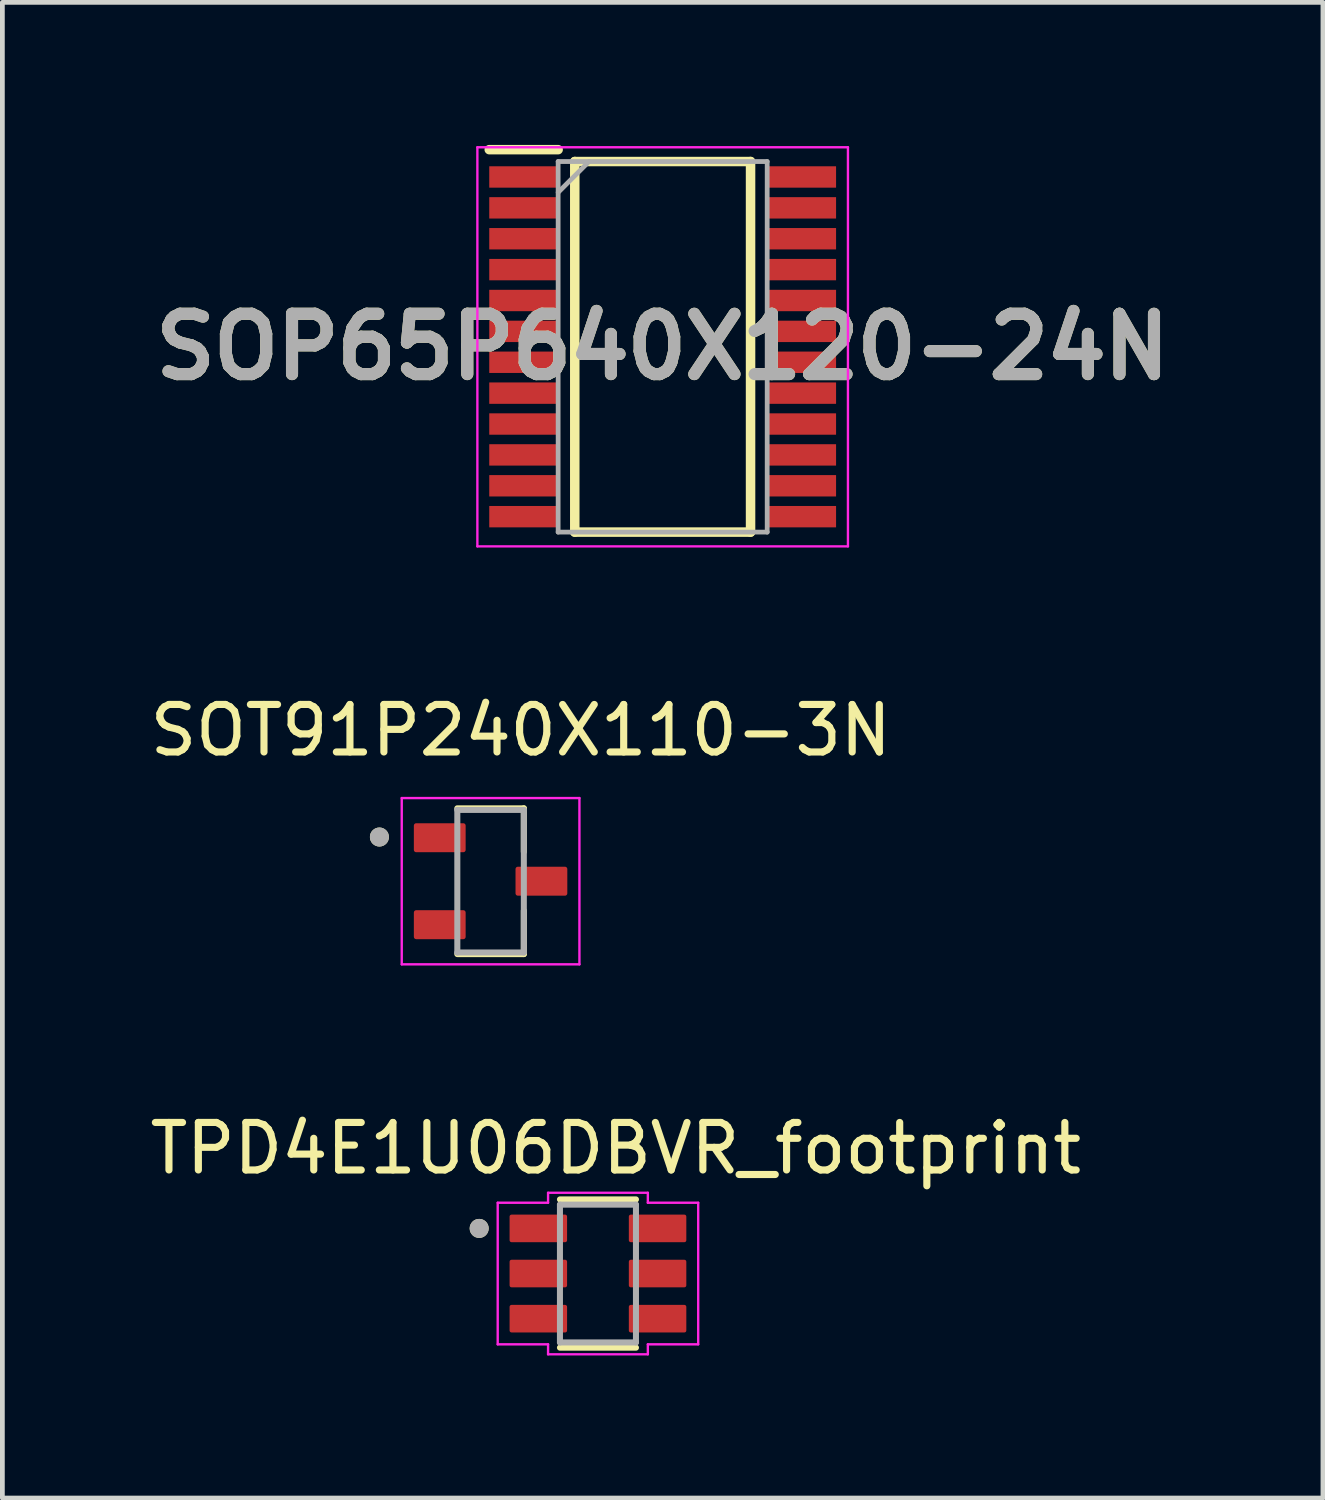
<source format=kicad_pcb>
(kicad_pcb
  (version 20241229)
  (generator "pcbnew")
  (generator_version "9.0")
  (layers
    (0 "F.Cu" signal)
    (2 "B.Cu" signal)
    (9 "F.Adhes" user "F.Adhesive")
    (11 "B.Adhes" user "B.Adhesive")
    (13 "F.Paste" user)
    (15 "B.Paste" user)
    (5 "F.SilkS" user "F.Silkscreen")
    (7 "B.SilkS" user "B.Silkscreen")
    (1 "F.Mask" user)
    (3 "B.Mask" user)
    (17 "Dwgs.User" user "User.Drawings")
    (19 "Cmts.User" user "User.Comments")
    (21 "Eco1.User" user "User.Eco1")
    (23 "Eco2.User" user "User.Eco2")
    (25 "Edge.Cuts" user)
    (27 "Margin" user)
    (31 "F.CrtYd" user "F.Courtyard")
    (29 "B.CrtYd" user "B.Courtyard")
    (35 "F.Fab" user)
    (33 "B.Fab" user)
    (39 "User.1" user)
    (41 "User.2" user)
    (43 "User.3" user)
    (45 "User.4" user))
  (footprint "TPD4E1U06DBVR_footprint"
    (layer "F.Cu")
    (at 9.536 23.756)
    (property "Reference" "TPD4E1U06DBVR_footprint" (at 0.375 -2.635 0) (layer "F.SilkS") (effects (font (size 1 1) (thickness 0.15))))
    (attr smd)
    (fp_line (start -0.8 1.56) (end 0.8 1.56) (stroke (width 0.127) (type solid)) (layer "F.SilkS"))
    (fp_line (start 0.8 -1.56) (end -0.8 -1.56) (stroke (width 0.127) (type solid)) (layer "F.SilkS"))
    (fp_circle (center -2.5 -0.95) (end -2.4 -0.95) (stroke (width 0.2) (type solid)) (fill no) (layer "F.SilkS"))
    (fp_line (start -2.11 -1.49) (end -2.11 1.49) (stroke (width 0.05) (type solid)) (layer "F.CrtYd"))
    (fp_line (start -2.11 -1.49) (end -1.05 -1.49) (stroke (width 0.05) (type solid)) (layer "F.CrtYd"))
    (fp_line (start -2.11 1.49) (end -1.05 1.49) (stroke (width 0.05) (type solid)) (layer "F.CrtYd"))
    (fp_line (start -1.05 -1.49) (end -1.05 -1.7) (stroke (width 0.05) (type solid)) (layer "F.CrtYd"))
    (fp_line (start -1.05 1.49) (end -1.05 1.7) (stroke (width 0.05) (type solid)) (layer "F.CrtYd"))
    (fp_line (start -1.05 1.7) (end 1.05 1.7) (stroke (width 0.05) (type solid)) (layer "F.CrtYd"))
    (fp_line (start 1.05 -1.7) (end -1.05 -1.7) (stroke (width 0.05) (type solid)) (layer "F.CrtYd"))
    (fp_line (start 1.05 -1.49) (end 1.05 -1.7) (stroke (width 0.05) (type solid)) (layer "F.CrtYd"))
    (fp_line (start 1.05 1.49) (end 1.05 1.7) (stroke (width 0.05) (type solid)) (layer "F.CrtYd"))
    (fp_line (start 2.11 -1.49) (end 1.05 -1.49) (stroke (width 0.05) (type solid)) (layer "F.CrtYd"))
    (fp_line (start 2.11 1.49) (end 1.05 1.49) (stroke (width 0.05) (type solid)) (layer "F.CrtYd"))
    (fp_line (start 2.11 1.49) (end 2.11 -1.49) (stroke (width 0.05) (type solid)) (layer "F.CrtYd"))
    (fp_line (start -0.8 -1.45) (end -0.8 1.45) (stroke (width 0.127) (type solid)) (layer "F.Fab"))
    (fp_line (start -0.8 1.45) (end 0.8 1.45) (stroke (width 0.127) (type solid)) (layer "F.Fab"))
    (fp_line (start 0.8 -1.45) (end -0.8 -1.45) (stroke (width 0.127) (type solid)) (layer "F.Fab"))
    (fp_line (start 0.8 1.45) (end 0.8 -1.45) (stroke (width 0.127) (type solid)) (layer "F.Fab"))
    (fp_circle (center -2.5 -0.95) (end -2.4 -0.95) (stroke (width 0.2) (type solid)) (fill no) (layer "F.Fab"))
    (pad "1" smd roundrect (at -1.255 -0.95) (size 1.21 0.58) (layers "F.Cu" "F.Mask" "F.Paste") (roundrect_rratio 0.07))
    (pad "2" smd roundrect (at -1.255 0) (size 1.21 0.58) (layers "F.Cu" "F.Mask" "F.Paste") (roundrect_rratio 0.07))
    (pad "3" smd roundrect (at -1.255 0.95) (size 1.21 0.58) (layers "F.Cu" "F.Mask" "F.Paste") (roundrect_rratio 0.07))
    (pad "4" smd roundrect (at 1.255 0.95) (size 1.21 0.58) (layers "F.Cu" "F.Mask" "F.Paste") (roundrect_rratio 0.07))
    (pad "5" smd roundrect (at 1.255 0) (size 1.21 0.58) (layers "F.Cu" "F.Mask" "F.Paste") (roundrect_rratio 0.07))
    (pad "6" smd roundrect (at 1.255 -0.95) (size 1.21 0.58) (layers "F.Cu" "F.Mask" "F.Paste") (roundrect_rratio 0.07)))
  (footprint "SOP65P640X120-24N"
    (layer "F.Cu")
    (at 10.898 4.25)
    (property "Reference" "SOP65P640X120-24N" (at 0 0 0) (layer "F.SilkS") (effects (font (size 1.27 1.27) (thickness 0.254))))
    (attr smd)
    (fp_line (start -3.65 -4.15) (end -2.2 -4.15) (stroke (width 0.2) (type solid)) (layer "F.SilkS"))
    (fp_line (start -1.85 -3.9) (end 1.85 -3.9) (stroke (width 0.2) (type solid)) (layer "F.SilkS"))
    (fp_line (start -1.85 3.9) (end -1.85 -3.9) (stroke (width 0.2) (type solid)) (layer "F.SilkS"))
    (fp_line (start 1.85 -3.9) (end 1.85 3.9) (stroke (width 0.2) (type solid)) (layer "F.SilkS"))
    (fp_line (start 1.85 3.9) (end -1.85 3.9) (stroke (width 0.2) (type solid)) (layer "F.SilkS"))
    (fp_line (start -3.9 -4.2) (end 3.9 -4.2) (stroke (width 0.05) (type solid)) (layer "F.CrtYd"))
    (fp_line (start -3.9 4.2) (end -3.9 -4.2) (stroke (width 0.05) (type solid)) (layer "F.CrtYd"))
    (fp_line (start 3.9 -4.2) (end 3.9 4.2) (stroke (width 0.05) (type solid)) (layer "F.CrtYd"))
    (fp_line (start 3.9 4.2) (end -3.9 4.2) (stroke (width 0.05) (type solid)) (layer "F.CrtYd"))
    (fp_line (start -2.2 -3.9) (end 2.2 -3.9) (stroke (width 0.1) (type solid)) (layer "F.Fab"))
    (fp_line (start -2.2 -3.25) (end -1.55 -3.9) (stroke (width 0.1) (type solid)) (layer "F.Fab"))
    (fp_line (start -2.2 3.9) (end -2.2 -3.9) (stroke (width 0.1) (type solid)) (layer "F.Fab"))
    (fp_line (start 2.2 -3.9) (end 2.2 3.9) (stroke (width 0.1) (type solid)) (layer "F.Fab"))
    (fp_line (start 2.2 3.9) (end -2.2 3.9) (stroke (width 0.1) (type solid)) (layer "F.Fab"))
    (fp_text user "${REFERENCE}" (at 0 0 0) (layer "F.Fab") (effects (font (size 1.27 1.27) (thickness 0.254))))
    (pad "1" smd rect (at -2.925 -3.575 90) (size 0.45 1.45) (layers "F.Cu" "F.Mask" "F.Paste"))
    (pad "2" smd rect (at -2.925 -2.925 90) (size 0.45 1.45) (layers "F.Cu" "F.Mask" "F.Paste"))
    (pad "3" smd rect (at -2.925 -2.275 90) (size 0.45 1.45) (layers "F.Cu" "F.Mask" "F.Paste"))
    (pad "4" smd rect (at -2.925 -1.625 90) (size 0.45 1.45) (layers "F.Cu" "F.Mask" "F.Paste"))
    (pad "5" smd rect (at -2.925 -0.975 90) (size 0.45 1.45) (layers "F.Cu" "F.Mask" "F.Paste"))
    (pad "6" smd rect (at -2.925 -0.325 90) (size 0.45 1.45) (layers "F.Cu" "F.Mask" "F.Paste"))
    (pad "7" smd rect (at -2.925 0.325 90) (size 0.45 1.45) (layers "F.Cu" "F.Mask" "F.Paste"))
    (pad "8" smd rect (at -2.925 0.975 90) (size 0.45 1.45) (layers "F.Cu" "F.Mask" "F.Paste"))
    (pad "9" smd rect (at -2.925 1.625 90) (size 0.45 1.45) (layers "F.Cu" "F.Mask" "F.Paste"))
    (pad "10" smd rect (at -2.925 2.275 90) (size 0.45 1.45) (layers "F.Cu" "F.Mask" "F.Paste"))
    (pad "11" smd rect (at -2.925 2.925 90) (size 0.45 1.45) (layers "F.Cu" "F.Mask" "F.Paste"))
    (pad "12" smd rect (at -2.925 3.575 90) (size 0.45 1.45) (layers "F.Cu" "F.Mask" "F.Paste"))
    (pad "13" smd rect (at 2.925 3.575 90) (size 0.45 1.45) (layers "F.Cu" "F.Mask" "F.Paste"))
    (pad "14" smd rect (at 2.925 2.925 90) (size 0.45 1.45) (layers "F.Cu" "F.Mask" "F.Paste"))
    (pad "15" smd rect (at 2.925 2.275 90) (size 0.45 1.45) (layers "F.Cu" "F.Mask" "F.Paste"))
    (pad "16" smd rect (at 2.925 1.625 90) (size 0.45 1.45) (layers "F.Cu" "F.Mask" "F.Paste"))
    (pad "17" smd rect (at 2.925 0.975 90) (size 0.45 1.45) (layers "F.Cu" "F.Mask" "F.Paste"))
    (pad "18" smd rect (at 2.925 0.325 90) (size 0.45 1.45) (layers "F.Cu" "F.Mask" "F.Paste"))
    (pad "19" smd rect (at 2.925 -0.325 90) (size 0.45 1.45) (layers "F.Cu" "F.Mask" "F.Paste"))
    (pad "20" smd rect (at 2.925 -0.975 90) (size 0.45 1.45) (layers "F.Cu" "F.Mask" "F.Paste"))
    (pad "21" smd rect (at 2.925 -1.625 90) (size 0.45 1.45) (layers "F.Cu" "F.Mask" "F.Paste"))
    (pad "22" smd rect (at 2.925 -2.275 90) (size 0.45 1.45) (layers "F.Cu" "F.Mask" "F.Paste"))
    (pad "23" smd rect (at 2.925 -2.925 90) (size 0.45 1.45) (layers "F.Cu" "F.Mask" "F.Paste"))
    (pad "24" smd rect (at 2.925 -3.575 90) (size 0.45 1.45) (layers "F.Cu" "F.Mask" "F.Paste")))
  (footprint "SOT91P240X110-3N"
    (layer "F.Cu")
    (at 7.276 15.498)
    (property "Reference" "SOT91P240X110-3N" (at 0.635 -3.175 0) (layer "F.SilkS") (effects (font (size 1 1) (thickness 0.15))))
    (attr smd)
    (fp_line (start -0.7 -1.534) (end 0.7 -1.534) (stroke (width 0.127) (type solid)) (layer "F.SilkS"))
    (fp_line (start -0.7 1.534) (end 0.7 1.534) (stroke (width 0.127) (type solid)) (layer "F.SilkS"))
    (fp_line (start 0.7 -1.534) (end 0.7 -0.619) (stroke (width 0.127) (type solid)) (layer "F.SilkS"))
    (fp_line (start 0.7 1.534) (end 0.7 0.619) (stroke (width 0.127) (type solid)) (layer "F.SilkS"))
    (fp_circle (center -2.34 -0.93) (end -2.24 -0.93) (stroke (width 0.2) (type solid)) (fill no) (layer "F.SilkS"))
    (fp_line (start -1.87 -1.75) (end 1.87 -1.75) (stroke (width 0.05) (type solid)) (layer "F.CrtYd"))
    (fp_line (start -1.87 1.75) (end -1.87 -1.75) (stroke (width 0.05) (type solid)) (layer "F.CrtYd"))
    (fp_line (start 1.87 -1.75) (end 1.87 1.75) (stroke (width 0.05) (type solid)) (layer "F.CrtYd"))
    (fp_line (start 1.87 1.75) (end -1.87 1.75) (stroke (width 0.05) (type solid)) (layer "F.CrtYd"))
    (fp_line (start -0.7 -1.5) (end -0.7 1.5) (stroke (width 0.127) (type solid)) (layer "F.Fab"))
    (fp_line (start -0.7 1.5) (end 0.7 1.5) (stroke (width 0.127) (type solid)) (layer "F.Fab"))
    (fp_line (start 0.7 -1.5) (end -0.7 -1.5) (stroke (width 0.127) (type solid)) (layer "F.Fab"))
    (fp_line (start 0.7 1.5) (end 0.7 -1.5) (stroke (width 0.127) (type solid)) (layer "F.Fab"))
    (fp_circle (center -2.34 -0.93) (end -2.24 -0.93) (stroke (width 0.2) (type solid)) (fill no) (layer "F.Fab"))
    (pad "1" smd roundrect (at -1.07 -0.915) (size 1.09 0.61) (layers "F.Cu" "F.Mask" "F.Paste") (roundrect_rratio 0.08))
    (pad "2" smd roundrect (at -1.07 0.915) (size 1.09 0.61) (layers "F.Cu" "F.Mask" "F.Paste") (roundrect_rratio 0.08))
    (pad "3" smd roundrect (at 1.07 0) (size 1.09 0.61) (layers "F.Cu" "F.Mask" "F.Paste") (roundrect_rratio 0.08)))
  (gr_rect
    (start -3 -3)
    (end 24.796 28.482)
    (stroke (width 0.1) (type default))
    (fill no)
    (layer "Edge.Cuts")))
</source>
